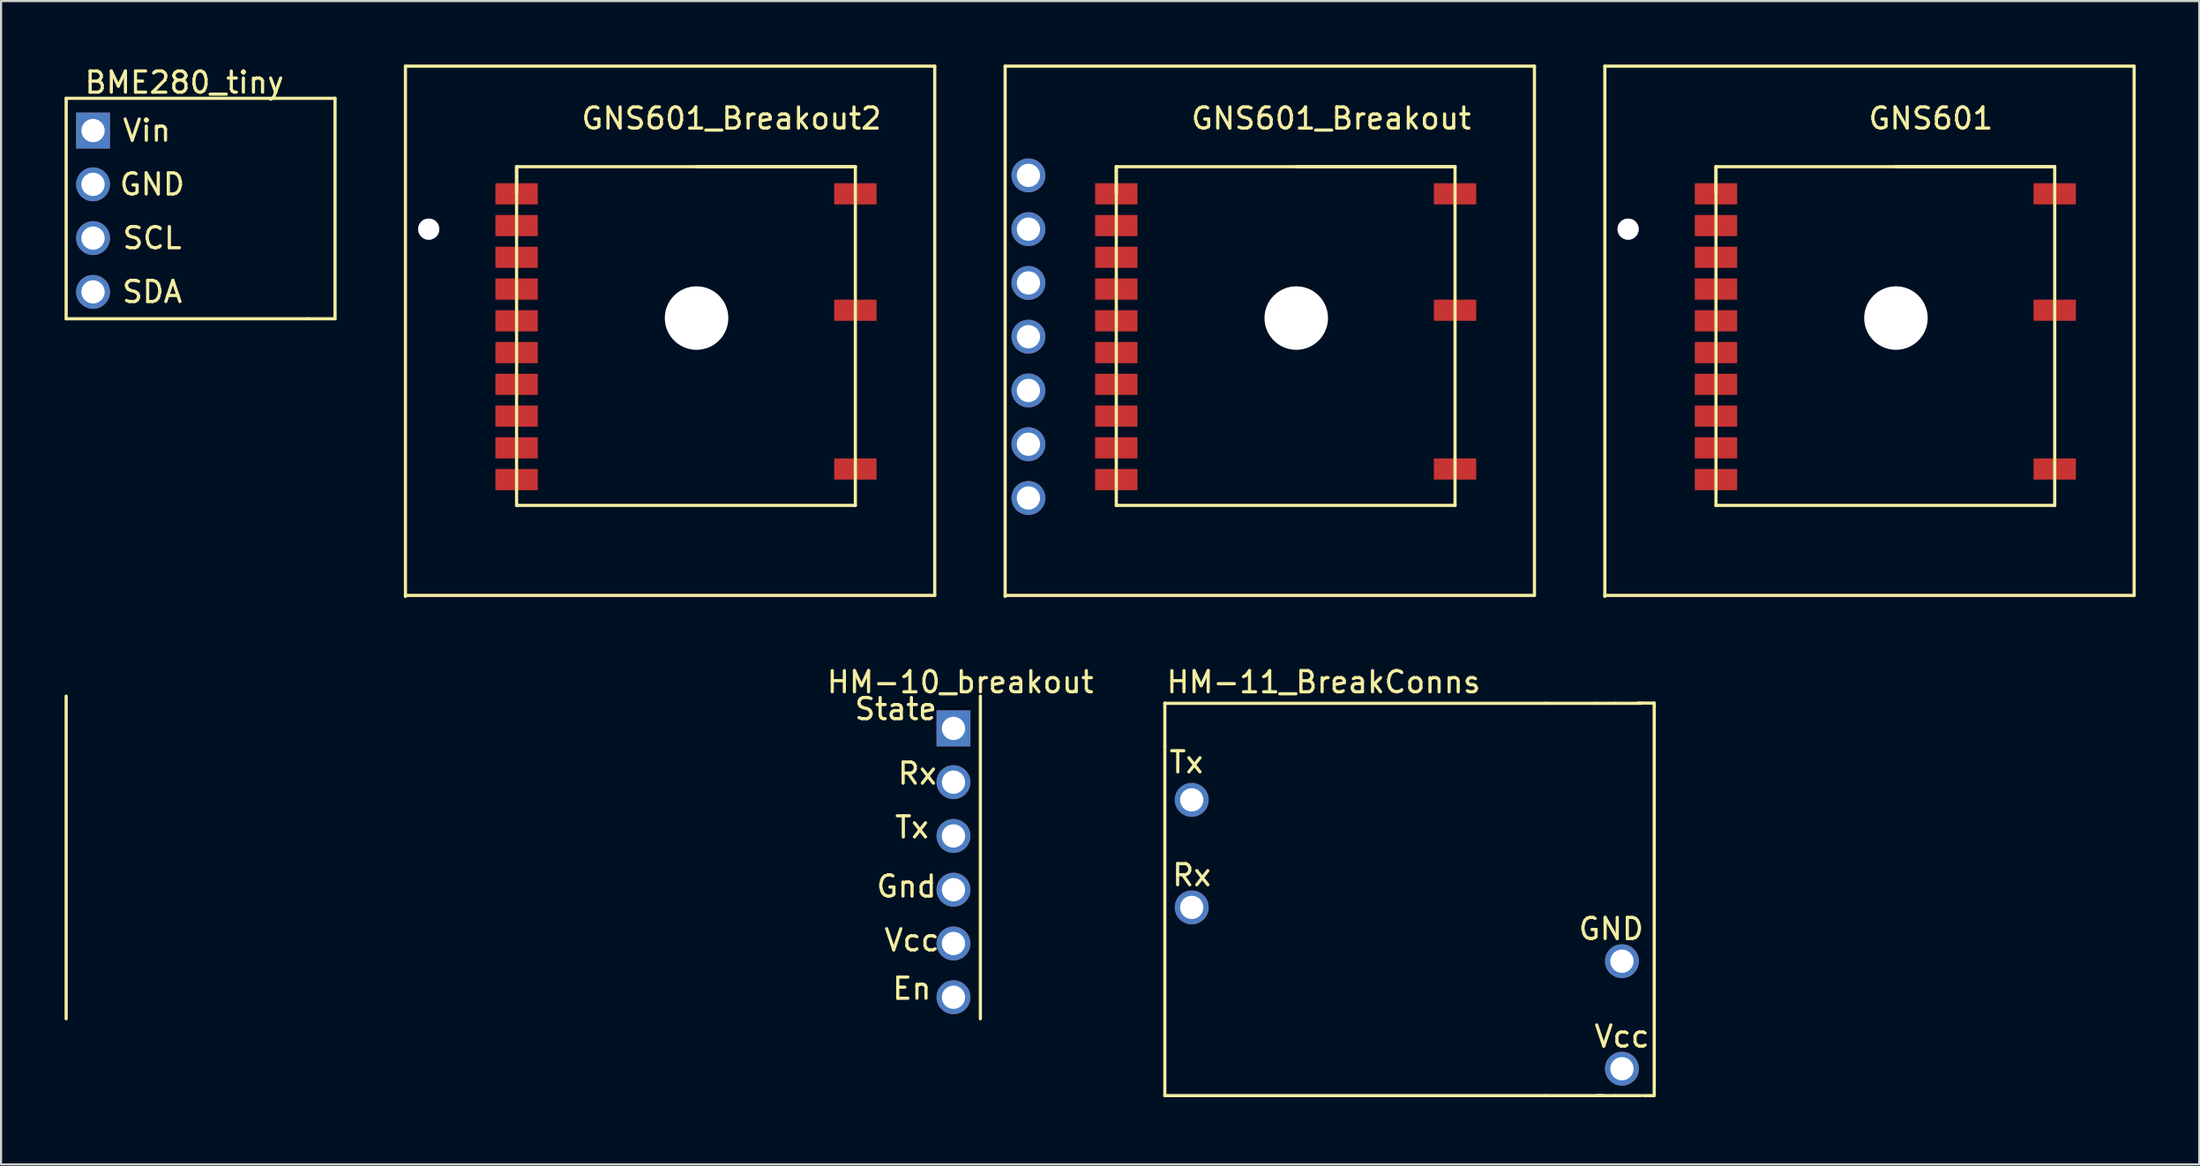
<source format=kicad_pcb>
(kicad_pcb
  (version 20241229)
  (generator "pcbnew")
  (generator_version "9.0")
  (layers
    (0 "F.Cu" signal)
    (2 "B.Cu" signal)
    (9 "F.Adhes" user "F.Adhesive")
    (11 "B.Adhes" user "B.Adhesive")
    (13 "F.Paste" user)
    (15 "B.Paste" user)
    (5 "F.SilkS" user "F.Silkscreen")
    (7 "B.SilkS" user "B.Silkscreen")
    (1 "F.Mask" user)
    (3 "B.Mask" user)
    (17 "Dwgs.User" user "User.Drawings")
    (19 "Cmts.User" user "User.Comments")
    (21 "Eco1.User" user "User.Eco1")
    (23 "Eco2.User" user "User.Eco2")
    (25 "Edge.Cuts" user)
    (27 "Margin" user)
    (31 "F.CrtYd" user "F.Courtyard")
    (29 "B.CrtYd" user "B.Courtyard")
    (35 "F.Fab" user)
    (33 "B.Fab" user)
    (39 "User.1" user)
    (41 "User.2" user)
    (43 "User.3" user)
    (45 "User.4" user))
  (footprint "BME280_tiny"
    (layer "F.Cu")
    (at 1.345 3.118)
    (property "Reference" "BME280_tiny" (at 4.315 -2.27 0) (layer "F.SilkS") (effects (font (size 1 1) (thickness 0.15))))
    (attr through_hole)
    (fp_line (start -1.27 -1.524) (end -1.27 8.89) (stroke (width 0.15) (type solid)) (layer "F.SilkS"))
    (fp_line (start -1.27 8.89) (end 10.16 8.89) (stroke (width 0.15) (type solid)) (layer "F.SilkS"))
    (fp_line (start 10.16 8.89) (end 11.43 8.89) (stroke (width 0.15) (type solid)) (layer "F.SilkS"))
    (fp_line (start 11.43 -1.524) (end -1.27 -1.524) (stroke (width 0.15) (type solid)) (layer "F.SilkS"))
    (fp_line (start 11.43 8.89) (end 11.43 -1.524) (stroke (width 0.15) (type solid)) (layer "F.SilkS"))
    (fp_text user "Vin" (at 2.54 0 0) (layer "F.SilkS") (effects (font (size 1 1) (thickness 0.15))))
    (fp_text user "SCL" (at 2.794 5.08 0) (layer "F.SilkS") (effects (font (size 1 1) (thickness 0.15))))
    (fp_text user "GND" (at 2.794 2.54 0) (layer "F.SilkS") (effects (font (size 1 1) (thickness 0.15))))
    (fp_text user "SDA" (at 2.794 7.62 0) (layer "F.SilkS") (effects (font (size 1 1) (thickness 0.15))))
    (pad "1" thru_hole rect (at 0 0) (size 1.6 1.7) (drill 1.1) (layers "*.Cu" "*.Mask"))
    (pad "2" thru_hole circle (at 0 2.54) (size 1.6 1.6) (drill 1.1) (layers "*.Cu" "*.Mask"))
    (pad "3" thru_hole circle (at 0 5.08) (size 1.6 1.6) (drill 1.1) (layers "*.Cu" "*.Mask"))
    (pad "4" thru_hole circle (at 0 7.62) (size 1.6 1.6) (drill 1.1) (layers "*.Cu" "*.Mask")))
  (footprint "GNS601"
    (layer "F.Cu")
    (at 72.75 25.075)
    (property "Reference" "GNS601" (at 15.4 -22.53 0) (layer "F.SilkS") (effects (font (size 1 1) (thickness 0.15))))
    (attr through_hole)
    (fp_line (start 0 -25) (end 25 -25) (stroke (width 0.15) (type solid)) (layer "F.SilkS"))
    (fp_line (start 0 0.05) (end 0 -25) (stroke (width 0.15) (type solid)) (layer "F.SilkS"))
    (fp_line (start 5.25 -20.25) (end 21.25 -20.25) (stroke (width 0.15) (type solid)) (layer "F.SilkS"))
    (fp_line (start 5.25 -19) (end 5.25 -20.25) (stroke (width 0.15) (type solid)) (layer "F.SilkS"))
    (fp_line (start 5.25 -4.25) (end 5.25 -20.25) (stroke (width 0.15) (type solid)) (layer "F.SilkS"))
    (fp_line (start 21.25 -20.25) (end 13.75 -20.25) (stroke (width 0.15) (type solid)) (layer "F.SilkS"))
    (fp_line (start 21.25 -20.25) (end 21.25 -4.25) (stroke (width 0.15) (type solid)) (layer "F.SilkS"))
    (fp_line (start 21.25 -4.25) (end 5.25 -4.25) (stroke (width 0.15) (type solid)) (layer "F.SilkS"))
    (fp_line (start 25 -25) (end 25 0) (stroke (width 0.15) (type solid)) (layer "F.SilkS"))
    (fp_line (start 25 0) (end 0 0) (stroke (width 0.15) (type solid)) (layer "F.SilkS"))
    (pad "" np_thru_hole circle (at 13.75 -13.1) (size 3 3) (drill 3) (layers "*.Cu" "*.Mask"))
    (pad "1" smd rect (at 5.25 -18.97) (size 2 1) (layers "F.Cu" "F.Mask" "F.Paste"))
    (pad "2" smd rect (at 5.25 -17.47) (size 2 1) (layers "F.Cu" "F.Mask" "F.Paste"))
    (pad "3" smd rect (at 5.25 -15.97) (size 2 1) (layers "F.Cu" "F.Mask" "F.Paste"))
    (pad "4" smd rect (at 5.25 -14.47) (size 2 1) (layers "F.Cu" "F.Mask" "F.Paste"))
    (pad "5" smd rect (at 5.25 -12.97) (size 2 1) (layers "F.Cu" "F.Mask" "F.Paste"))
    (pad "6" smd rect (at 5.25 -11.47) (size 2 1) (layers "F.Cu" "F.Mask" "F.Paste"))
    (pad "7" smd rect (at 5.25 -9.97) (size 2 1) (layers "F.Cu" "F.Mask" "F.Paste"))
    (pad "8" smd rect (at 5.25 -8.47) (size 2 1) (layers "F.Cu" "F.Mask" "F.Paste"))
    (pad "9" smd rect (at 5.25 -6.97) (size 2 1) (layers "F.Cu" "F.Mask" "F.Paste"))
    (pad "10" smd rect (at 5.25 -5.47) (size 2 1) (layers "F.Cu" "F.Mask" "F.Paste"))
    (pad "11" smd rect (at 21.25 -5.97) (size 2 1) (layers "F.Cu" "F.Mask" "F.Paste"))
    (pad "12" smd rect (at 21.25 -13.47) (size 2 1) (layers "F.Cu" "F.Mask" "F.Paste"))
    (pad "13" smd rect (at 21.25 -18.97) (size 2 1) (layers "F.Cu" "F.Mask" "F.Paste"))
    (pad "14" thru_hole circle (at 1.1 -17.3) (size 1 1) (drill 1) (layers "*.Cu" "*.Mask")))
  (footprint "GNS601_Breakout2"
    (layer "F.Cu")
    (at 16.1 25.075)
    (property "Reference" "GNS601_Breakout2" (at 15.4 -22.53 0) (layer "F.SilkS") (effects (font (size 1 1) (thickness 0.15))))
    (attr through_hole)
    (fp_line (start 0 -25) (end 25 -25) (stroke (width 0.15) (type solid)) (layer "F.SilkS"))
    (fp_line (start 0 0.05) (end 0 -25) (stroke (width 0.15) (type solid)) (layer "F.SilkS"))
    (fp_line (start 5.25 -20.25) (end 21.25 -20.25) (stroke (width 0.15) (type solid)) (layer "F.SilkS"))
    (fp_line (start 5.25 -19) (end 5.25 -20.25) (stroke (width 0.15) (type solid)) (layer "F.SilkS"))
    (fp_line (start 5.25 -4.25) (end 5.25 -20.25) (stroke (width 0.15) (type solid)) (layer "F.SilkS"))
    (fp_line (start 21.25 -20.25) (end 13.75 -20.25) (stroke (width 0.15) (type solid)) (layer "F.SilkS"))
    (fp_line (start 21.25 -20.25) (end 21.25 -4.25) (stroke (width 0.15) (type solid)) (layer "F.SilkS"))
    (fp_line (start 21.25 -4.25) (end 5.25 -4.25) (stroke (width 0.15) (type solid)) (layer "F.SilkS"))
    (fp_line (start 25 -25) (end 25 0) (stroke (width 0.15) (type solid)) (layer "F.SilkS"))
    (fp_line (start 25 0) (end 0 0) (stroke (width 0.15) (type solid)) (layer "F.SilkS"))
    (pad "" np_thru_hole circle (at 13.75 -13.1) (size 3 3) (drill 3) (layers "*.Cu" "*.Mask"))
    (pad "1" smd rect (at 5.25 -18.97) (size 2 1) (layers "F.Cu" "F.Mask" "F.Paste"))
    (pad "2" smd rect (at 5.25 -17.47) (size 2 1) (layers "F.Cu" "F.Mask" "F.Paste"))
    (pad "3" smd rect (at 5.25 -15.97) (size 2 1) (layers "F.Cu" "F.Mask" "F.Paste"))
    (pad "4" smd rect (at 5.25 -14.47) (size 2 1) (layers "F.Cu" "F.Mask" "F.Paste"))
    (pad "5" smd rect (at 5.25 -12.97) (size 2 1) (layers "F.Cu" "F.Mask" "F.Paste"))
    (pad "6" smd rect (at 5.25 -11.47) (size 2 1) (layers "F.Cu" "F.Mask" "F.Paste"))
    (pad "7" smd rect (at 5.25 -9.97) (size 2 1) (layers "F.Cu" "F.Mask" "F.Paste"))
    (pad "8" smd rect (at 5.25 -8.47) (size 2 1) (layers "F.Cu" "F.Mask" "F.Paste"))
    (pad "9" smd rect (at 5.25 -6.97) (size 2 1) (layers "F.Cu" "F.Mask" "F.Paste"))
    (pad "10" smd rect (at 5.25 -5.47) (size 2 1) (layers "F.Cu" "F.Mask" "F.Paste"))
    (pad "11" smd rect (at 21.25 -5.97) (size 2 1) (layers "F.Cu" "F.Mask" "F.Paste"))
    (pad "12" smd rect (at 21.25 -13.47) (size 2 1) (layers "F.Cu" "F.Mask" "F.Paste"))
    (pad "13" smd rect (at 21.25 -18.97) (size 2 1) (layers "F.Cu" "F.Mask" "F.Paste"))
    (pad "14" thru_hole circle (at 1.1 -17.3) (size 1 1) (drill 1) (layers "*.Cu" "*.Mask")))
  (footprint "HM-11_BreakConns"
    (layer "F.Cu")
    (at 51.968 48.705)
    (property "Reference" "HM-11_BreakConns" (at 7.5 -19.532 0) (layer "F.SilkS") (effects (font (size 1 1) (thickness 0.15))))
    (attr through_hole)
    (fp_line (start 0 -16.51) (end 0 -18.542) (stroke (width 0.15) (type solid)) (layer "F.SilkS"))
    (fp_line (start 0 -16.5) (end 0 0) (stroke (width 0.15) (type solid)) (layer "F.SilkS"))
    (fp_line (start 0 0) (end 18 0) (stroke (width 0.15) (type solid)) (layer "F.SilkS"))
    (fp_line (start 18 -18.532) (end 0 -18.532) (stroke (width 0.15) (type solid)) (layer "F.SilkS"))
    (fp_line (start 18 -18.532) (end 20.4 -18.532) (stroke (width 0.15) (type solid)) (layer "F.SilkS"))
    (fp_line (start 18 0) (end 20.7 0) (stroke (width 0.15) (type solid)) (layer "F.SilkS"))
    (fp_line (start 20.4 -18.532) (end 21.3 -18.532) (stroke (width 0.15) (type solid)) (layer "F.SilkS"))
    (fp_line (start 20.4 0) (end 21.3 0) (stroke (width 0.15) (type solid)) (layer "F.SilkS"))
    (fp_line (start 21.3 -18.532) (end 22.5 -18.532) (stroke (width 0.15) (type solid)) (layer "F.SilkS"))
    (fp_line (start 21.3 0) (end 22.5 0) (stroke (width 0.15) (type solid)) (layer "F.SilkS"))
    (fp_line (start 22.352 -18.542) (end 23.114 -18.542) (stroke (width 0.15) (type solid)) (layer "F.SilkS"))
    (fp_line (start 22.606 0) (end 23.114 0) (stroke (width 0.15) (type solid)) (layer "F.SilkS"))
    (fp_line (start 23.114 -18.542) (end 23.114 0) (stroke (width 0.15) (type solid)) (layer "F.SilkS"))
    (fp_text user "Rx" (at 1.27 -10.414 0) (layer "F.SilkS") (effects (font (size 1 1) (thickness 0.15))))
    (fp_text user "Vcc" (at 21.59 -2.794 0) (layer "F.SilkS") (effects (font (size 1 1) (thickness 0.15))))
    (fp_text user "Tx" (at 1.016 -15.748 0) (layer "F.SilkS") (effects (font (size 1 1) (thickness 0.15))))
    (fp_text user "GND" (at 21.082 -7.874 0) (layer "F.SilkS") (effects (font (size 1 1) (thickness 0.15))))
    (pad "2" thru_hole circle (at 1.27 -13.97) (size 1.6 1.6) (drill 1.1) (layers "*.Cu" "*.Mask"))
    (pad "4" thru_hole circle (at 1.27 -8.89) (size 1.6 1.6) (drill 1.1) (layers "*.Cu" "*.Mask"))
    (pad "9" thru_hole circle (at 21.59 -1.27) (size 1.6 1.6) (drill 1.1) (layers "*.Cu" "*.Mask"))
    (pad "12" thru_hole circle (at 21.59 -6.35) (size 1.6 1.6) (drill 1.1) (layers "*.Cu" "*.Mask")))
  (footprint "HM-10_breakout"
    (layer "F.Cu")
    (at 41.985 31.359)
    (property "Reference" "HM-10_breakout" (at 0.322 -2.186 0) (layer "F.SilkS") (effects (font (size 1 1) (thickness 0.15))))
    (attr through_hole)
    (fp_line (start -41.91 -1.524) (end -41.91 13.716) (stroke (width 0.15) (type solid)) (layer "F.SilkS"))
    (fp_line (start 1.27 13.716) (end 1.27 -1.524) (stroke (width 0.15) (type solid)) (layer "F.SilkS"))
    (fp_text user "En" (at -1.964 12.292 0) (layer "F.SilkS") (effects (font (size 1 1) (thickness 0.15))))
    (fp_text user "Vcc" (at -1.964 10.006 0) (layer "F.SilkS") (effects (font (size 1 1) (thickness 0.15))))
    (fp_text user "State" (at -2.726 -0.916 0) (layer "F.SilkS") (effects (font (size 1 1) (thickness 0.15))))
    (fp_text user "Gnd" (at -2.218 7.466 0) (layer "F.SilkS") (effects (font (size 1 1) (thickness 0.15))))
    (fp_text user "Rx" (at -1.71 2.132 0) (layer "F.SilkS") (effects (font (size 1 1) (thickness 0.15))))
    (fp_text user "Tx" (at -1.964 4.672 0) (layer "F.SilkS") (effects (font (size 1 1) (thickness 0.15))))
    (pad "1" thru_hole rect (at 0 0) (size 1.6 1.7) (drill 1.1) (layers "*.Cu" "*.Mask"))
    (pad "2" thru_hole circle (at 0 2.54) (size 1.6 1.6) (drill 1.1) (layers "*.Cu" "*.Mask"))
    (pad "3" thru_hole circle (at 0 5.08) (size 1.6 1.6) (drill 1.1) (layers "*.Cu" "*.Mask"))
    (pad "4" thru_hole circle (at 0 7.62) (size 1.6 1.6) (drill 1.1) (layers "*.Cu" "*.Mask"))
    (pad "5" thru_hole circle (at 0 10.16) (size 1.6 1.6) (drill 1.1) (layers "*.Cu" "*.Mask"))
    (pad "6" thru_hole circle (at 0 12.7) (size 1.6 1.6) (drill 1.1) (layers "*.Cu" "*.Mask")))
  (footprint "GNS601_Breakout"
    (layer "F.Cu")
    (at 44.425 25.075)
    (property "Reference" "GNS601_Breakout" (at 15.4 -22.53 0) (layer "F.SilkS") (effects (font (size 1 1) (thickness 0.15))))
    (attr through_hole)
    (fp_line (start 0 -25) (end 25 -25) (stroke (width 0.15) (type solid)) (layer "F.SilkS"))
    (fp_line (start 0 0.05) (end 0 -25) (stroke (width 0.15) (type solid)) (layer "F.SilkS"))
    (fp_line (start 5.25 -20.25) (end 21.25 -20.25) (stroke (width 0.15) (type solid)) (layer "F.SilkS"))
    (fp_line (start 5.25 -19) (end 5.25 -20.25) (stroke (width 0.15) (type solid)) (layer "F.SilkS"))
    (fp_line (start 5.25 -4.25) (end 5.25 -20.25) (stroke (width 0.15) (type solid)) (layer "F.SilkS"))
    (fp_line (start 21.25 -20.25) (end 13.75 -20.25) (stroke (width 0.15) (type solid)) (layer "F.SilkS"))
    (fp_line (start 21.25 -20.25) (end 21.25 -4.25) (stroke (width 0.15) (type solid)) (layer "F.SilkS"))
    (fp_line (start 21.25 -4.25) (end 5.25 -4.25) (stroke (width 0.15) (type solid)) (layer "F.SilkS"))
    (fp_line (start 25 -25) (end 25 0) (stroke (width 0.15) (type solid)) (layer "F.SilkS"))
    (fp_line (start 25 0) (end 0 0) (stroke (width 0.15) (type solid)) (layer "F.SilkS"))
    (pad "" np_thru_hole circle (at 13.75 -13.1) (size 3 3) (drill 3) (layers "*.Cu" "*.Mask"))
    (pad "1" thru_hole circle (at 1.1 -19.84) (size 1.6 1.6) (drill 1.1) (layers "F.Cu" "F.Mask" "F.Paste"))
    (pad "1" smd rect (at 5.25 -18.97) (size 2 1) (layers "F.Cu" "F.Mask" "F.Paste"))
    (pad "2" smd rect (at 5.25 -17.47) (size 2 1) (layers "F.Cu" "F.Mask" "F.Paste"))
    (pad "3" thru_hole circle (at 1.1 -17.3) (size 1.6 1.6) (drill 1.1) (layers "F.Cu" "F.Mask" "F.Paste"))
    (pad "3" smd rect (at 5.25 -15.97) (size 2 1) (layers "F.Cu" "F.Mask" "F.Paste"))
    (pad "4" thru_hole circle (at 1.1 -14.76) (size 1.6 1.6) (drill 1.1) (layers "F.Cu" "F.Mask" "F.Paste"))
    (pad "4" smd rect (at 5.25 -14.47) (size 2 1) (layers "F.Cu" "F.Mask" "F.Paste"))
    (pad "5" thru_hole circle (at 1.1 -12.22) (size 1.6 1.6) (drill 1.1) (layers "F.Cu" "F.Mask" "F.Paste"))
    (pad "5" smd rect (at 5.25 -12.97) (size 2 1) (layers "F.Cu" "F.Mask" "F.Paste"))
    (pad "6" thru_hole circle (at 1.1 -9.68) (size 1.6 1.6) (drill 1.1) (layers "F.Cu" "F.Mask" "F.Paste"))
    (pad "6" smd rect (at 5.25 -11.47) (size 2 1) (layers "F.Cu" "F.Mask" "F.Paste"))
    (pad "7" smd rect (at 5.25 -9.97) (size 2 1) (layers "F.Cu" "F.Mask" "F.Paste"))
    (pad "8" smd rect (at 5.25 -8.47) (size 2 1) (layers "F.Cu" "F.Mask" "F.Paste"))
    (pad "9" thru_hole circle (at 1.1 -7.14) (size 1.6 1.6) (drill 1.1) (layers "F.Cu" "F.Mask" "F.Paste"))
    (pad "9" smd rect (at 5.25 -6.97) (size 2 1) (layers "F.Cu" "F.Mask" "F.Paste"))
    (pad "10" thru_hole circle (at 1.1 -4.6) (size 1.6 1.6) (drill 1.1) (layers "F.Cu" "F.Mask" "F.Paste"))
    (pad "10" smd rect (at 5.25 -5.47) (size 2 1) (layers "F.Cu" "F.Mask" "F.Paste"))
    (pad "11" smd rect (at 21.25 -5.97) (size 2 1) (layers "F.Cu" "F.Mask" "F.Paste"))
    (pad "12" smd rect (at 21.25 -13.47) (size 2 1) (layers "F.Cu" "F.Mask" "F.Paste"))
    (pad "13" smd rect (at 21.25 -18.97) (size 2 1) (layers "F.Cu" "F.Mask" "F.Paste")))
  (gr_rect
    (start -3 -3)
    (end 100.825 51.955)
    (stroke (width 0.1) (type default))
    (fill no)
    (layer "Edge.Cuts")))
</source>
